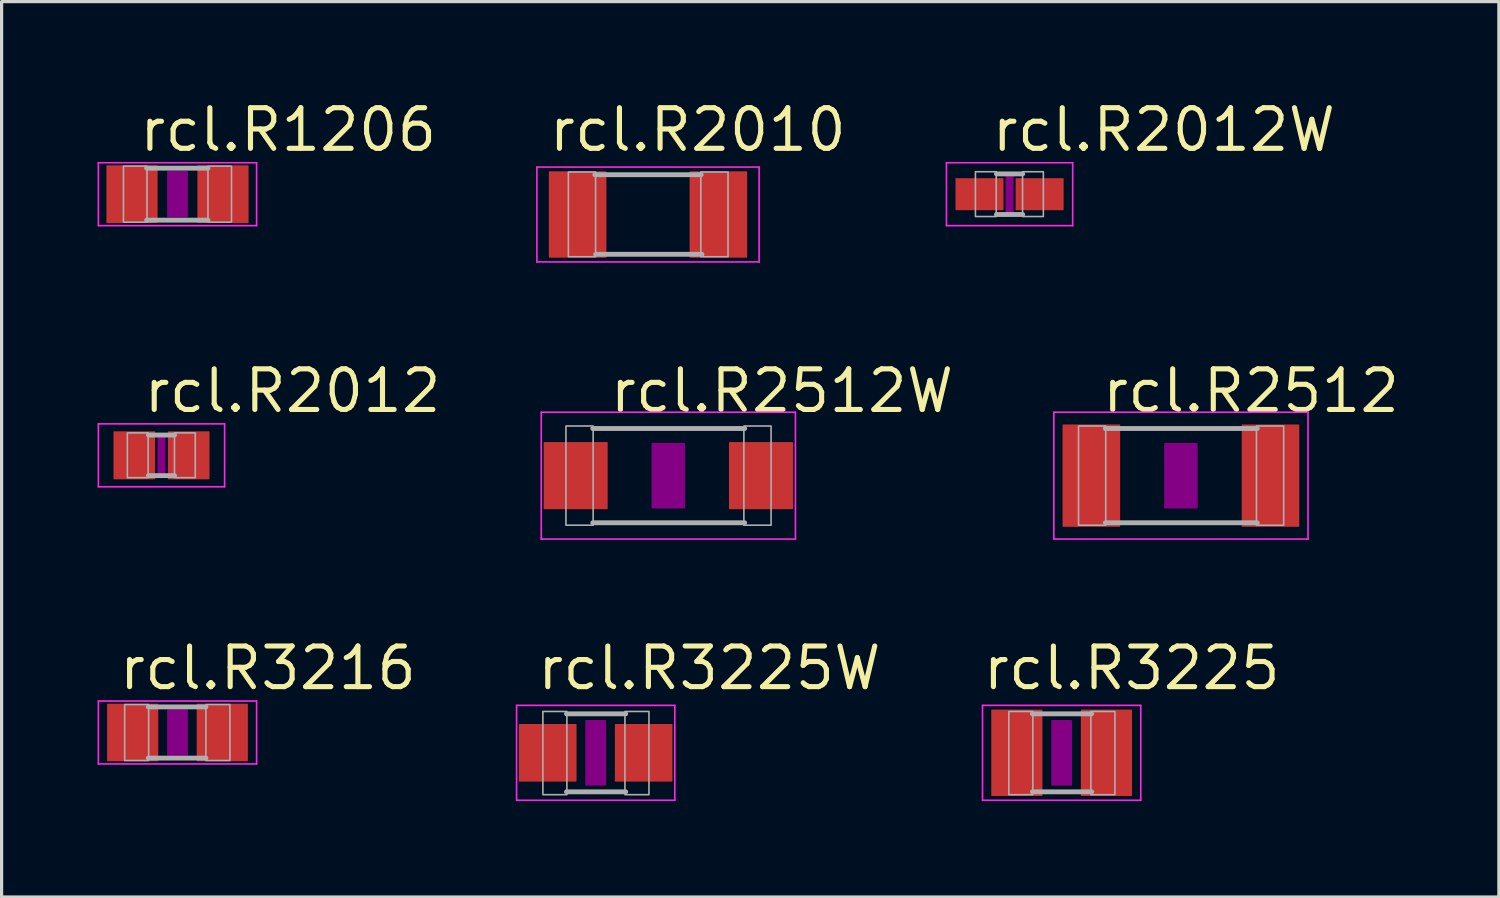
<source format=kicad_pcb>
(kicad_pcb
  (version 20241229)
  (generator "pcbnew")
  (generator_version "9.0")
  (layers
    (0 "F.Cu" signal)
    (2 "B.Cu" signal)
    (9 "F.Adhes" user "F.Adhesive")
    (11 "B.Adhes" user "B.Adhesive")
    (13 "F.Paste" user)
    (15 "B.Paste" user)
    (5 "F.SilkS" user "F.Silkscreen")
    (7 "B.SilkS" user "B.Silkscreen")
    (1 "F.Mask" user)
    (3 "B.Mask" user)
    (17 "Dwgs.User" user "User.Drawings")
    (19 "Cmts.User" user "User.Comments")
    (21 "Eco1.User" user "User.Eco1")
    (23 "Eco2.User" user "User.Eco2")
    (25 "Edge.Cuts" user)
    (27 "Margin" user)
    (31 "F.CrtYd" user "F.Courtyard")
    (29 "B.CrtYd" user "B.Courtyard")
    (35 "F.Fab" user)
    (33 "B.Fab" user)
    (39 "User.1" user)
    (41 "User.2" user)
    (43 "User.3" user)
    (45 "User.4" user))
  (footprint "rcl.R1206"
    (layer "F.Cu")
    (at 2.498 3.02)
    (property "Reference" "rcl.R1206" (at -1.27 -1.27 0) (layer "F.SilkS") (effects (font (size 1.27 1.27) (thickness 0.16)) (justify left bottom)))
    (attr smd)
    (fp_rect (start -0.3 0.7) (end 0.3 -0.7) (stroke (width 0.05) (type default)) (fill yes) (layer "F.Adhes"))
    (fp_line (start -2.473 -0.983) (end 2.473 -0.983) (stroke (width 0.051) (type default)) (layer "F.CrtYd"))
    (fp_line (start -2.473 0.983) (end -2.473 -0.983) (stroke (width 0.051) (type default)) (layer "F.CrtYd"))
    (fp_line (start 2.473 -0.983) (end 2.473 0.983) (stroke (width 0.051) (type default)) (layer "F.CrtYd"))
    (fp_line (start 2.473 0.983) (end -2.473 0.983) (stroke (width 0.051) (type default)) (layer "F.CrtYd"))
    (fp_line (start 0.953 -0.813) (end -0.965 -0.813) (stroke (width 0.152) (type default)) (layer "F.Fab"))
    (fp_line (start 0.953 0.813) (end -0.965 0.813) (stroke (width 0.152) (type default)) (layer "F.Fab"))
    (fp_rect (start -1.689 0.876) (end -0.953 -0.876) (stroke (width 0.05) (type default)) (fill no) (layer "F.Fab"))
    (fp_rect (start 0.953 0.876) (end 1.689 -0.876) (stroke (width 0.05) (type default)) (fill no) (layer "F.Fab"))
    (pad "1" smd roundrect (at -1.422 0) (size 1.6 1.803) (layers "F.Cu" "F.Mask" "F.Paste") (roundrect_rratio 0.01))
    (pad "2" smd roundrect (at 1.422 0) (size 1.6 1.803) (layers "F.Cu" "F.Mask" "F.Paste") (roundrect_rratio 0.01)))
  (footprint "rcl.R2512"
    (layer "F.Cu")
    (at 33.864 11.818)
    (property "Reference" "rcl.R2512" (at -2.54 -1.905 0) (layer "F.SilkS") (effects (font (size 1.27 1.27) (thickness 0.16)) (justify left bottom)))
    (attr smd)
    (fp_rect (start -0.5 1) (end 0.5 -1) (stroke (width 0.05) (type default)) (fill yes) (layer "F.Adhes"))
    (fp_line (start -3.973 -1.983) (end 3.973 -1.983) (stroke (width 0.051) (type default)) (layer "F.CrtYd"))
    (fp_line (start -3.973 1.983) (end -3.973 -1.983) (stroke (width 0.051) (type default)) (layer "F.CrtYd"))
    (fp_line (start 3.973 -1.983) (end 3.973 1.983) (stroke (width 0.051) (type default)) (layer "F.CrtYd"))
    (fp_line (start 3.973 1.983) (end -3.973 1.983) (stroke (width 0.051) (type default)) (layer "F.CrtYd"))
    (fp_line (start -2.362 -1.473) (end 2.387 -1.473) (stroke (width 0.152) (type default)) (layer "F.Fab"))
    (fp_line (start -2.362 1.473) (end 2.387 1.473) (stroke (width 0.152) (type default)) (layer "F.Fab"))
    (fp_rect (start -3.2 1.549) (end -2.35 -1.551) (stroke (width 0.05) (type default)) (fill no) (layer "F.Fab"))
    (fp_rect (start 2.362 1.549) (end 3.212 -1.551) (stroke (width 0.05) (type default)) (fill no) (layer "F.Fab"))
    (pad "1" smd roundrect (at -2.8 0) (size 1.8 3.2) (layers "F.Cu" "F.Mask" "F.Paste") (roundrect_rratio 0.01))
    (pad "2" smd roundrect (at 2.8 0) (size 1.8 3.2) (layers "F.Cu" "F.Mask" "F.Paste") (roundrect_rratio 0.01)))
  (footprint "rcl.R3216"
    (layer "F.Cu")
    (at 2.498 19.847)
    (property "Reference" "rcl.R3216" (at -1.905 -1.27 0) (layer "F.SilkS") (effects (font (size 1.27 1.27) (thickness 0.16)) (justify left bottom)))
    (attr smd)
    (fp_rect (start -0.3 0.7) (end 0.3 -0.7) (stroke (width 0.05) (type default)) (fill yes) (layer "F.Adhes"))
    (fp_line (start -2.473 -0.983) (end 2.473 -0.983) (stroke (width 0.051) (type default)) (layer "F.CrtYd"))
    (fp_line (start -2.473 0.983) (end -2.473 -0.983) (stroke (width 0.051) (type default)) (layer "F.CrtYd"))
    (fp_line (start 2.473 -0.983) (end 2.473 0.983) (stroke (width 0.051) (type default)) (layer "F.CrtYd"))
    (fp_line (start 2.473 0.983) (end -2.473 0.983) (stroke (width 0.051) (type default)) (layer "F.CrtYd"))
    (fp_line (start -0.913 -0.8) (end 0.888 -0.8) (stroke (width 0.152) (type default)) (layer "F.Fab"))
    (fp_line (start -0.913 0.8) (end 0.888 0.8) (stroke (width 0.152) (type default)) (layer "F.Fab"))
    (fp_rect (start -1.651 0.876) (end -0.901 -0.874) (stroke (width 0.05) (type default)) (fill no) (layer "F.Fab"))
    (fp_rect (start 0.889 0.876) (end 1.639 -0.874) (stroke (width 0.05) (type default)) (fill no) (layer "F.Fab"))
    (pad "1" smd roundrect (at -1.4 0) (size 1.6 1.8) (layers "F.Cu" "F.Mask" "F.Paste") (roundrect_rratio 0.01))
    (pad "2" smd roundrect (at 1.4 0) (size 1.6 1.8) (layers "F.Cu" "F.Mask" "F.Paste") (roundrect_rratio 0.01)))
  (footprint "rcl.R3225"
    (layer "F.Cu")
    (at 30.136 20.482)
    (property "Reference" "rcl.R3225" (at -2.54 -1.905 0) (layer "F.SilkS") (effects (font (size 1.27 1.27) (thickness 0.16)) (justify left bottom)))
    (attr smd)
    (fp_rect (start -0.3 1) (end 0.3 -1) (stroke (width 0.05) (type default)) (fill yes) (layer "F.Adhes"))
    (fp_line (start -2.473 -1.483) (end 2.473 -1.483) (stroke (width 0.051) (type default)) (layer "F.CrtYd"))
    (fp_line (start -2.473 1.483) (end -2.473 -1.483) (stroke (width 0.051) (type default)) (layer "F.CrtYd"))
    (fp_line (start 2.473 -1.483) (end 2.473 1.483) (stroke (width 0.051) (type default)) (layer "F.CrtYd"))
    (fp_line (start 2.473 1.483) (end -2.473 1.483) (stroke (width 0.051) (type default)) (layer "F.CrtYd"))
    (fp_line (start -0.913 -1.219) (end 0.939 -1.219) (stroke (width 0.152) (type default)) (layer "F.Fab"))
    (fp_line (start -0.913 1.219) (end 0.939 1.219) (stroke (width 0.152) (type default)) (layer "F.Fab"))
    (fp_rect (start -1.651 1.308) (end -0.901 -1.292) (stroke (width 0.05) (type default)) (fill no) (layer "F.Fab"))
    (fp_rect (start 0.914 1.308) (end 1.665 -1.292) (stroke (width 0.05) (type default)) (fill no) (layer "F.Fab"))
    (pad "1" smd roundrect (at -1.4 0) (size 1.6 2.7) (layers "F.Cu" "F.Mask" "F.Paste") (roundrect_rratio 0.01))
    (pad "2" smd roundrect (at 1.4 0) (size 1.6 2.7) (layers "F.Cu" "F.Mask" "F.Paste") (roundrect_rratio 0.01)))
  (footprint "rcl.R2012"
    (layer "F.Cu")
    (at 1.998 11.183)
    (property "Reference" "rcl.R2012" (at -0.635 -1.27 0) (layer "F.SilkS") (effects (font (size 1.27 1.27) (thickness 0.16)) (justify left bottom)))
    (attr smd)
    (fp_rect (start -0.1 0.6) (end 0.1 -0.6) (stroke (width 0.05) (type default)) (fill yes) (layer "F.Adhes"))
    (fp_line (start -1.973 -0.983) (end 1.973 -0.983) (stroke (width 0.051) (type default)) (layer "F.CrtYd"))
    (fp_line (start -1.973 0.983) (end -1.973 -0.983) (stroke (width 0.051) (type default)) (layer "F.CrtYd"))
    (fp_line (start 1.973 -0.983) (end 1.973 0.983) (stroke (width 0.051) (type default)) (layer "F.CrtYd"))
    (fp_line (start 1.973 0.983) (end -1.973 0.983) (stroke (width 0.051) (type default)) (layer "F.CrtYd"))
    (fp_line (start -0.41 -0.635) (end 0.41 -0.635) (stroke (width 0.152) (type default)) (layer "F.Fab"))
    (fp_line (start -0.41 0.635) (end 0.41 0.635) (stroke (width 0.152) (type default)) (layer "F.Fab"))
    (fp_rect (start -1.067 0.699) (end -0.417 -0.702) (stroke (width 0.05) (type default)) (fill no) (layer "F.Fab"))
    (fp_rect (start 0.406 0.699) (end 1.056 -0.702) (stroke (width 0.05) (type default)) (fill no) (layer "F.Fab"))
    (pad "1" smd roundrect (at -0.85 0) (size 1.3 1.5) (layers "F.Cu" "F.Mask" "F.Paste") (roundrect_rratio 0.01))
    (pad "2" smd roundrect (at 0.85 0) (size 1.3 1.5) (layers "F.Cu" "F.Mask" "F.Paste") (roundrect_rratio 0.01)))
  (footprint "rcl.R2010"
    (layer "F.Cu")
    (at 17.206 3.655)
    (property "Reference" "rcl.R2010" (at -3.175 -1.905 0) (layer "F.SilkS") (effects (font (size 1.27 1.27) (thickness 0.16)) (justify left bottom)))
    (attr smd)
    (fp_line (start -3.473 -1.483) (end 3.473 -1.483) (stroke (width 0.051) (type default)) (layer "F.CrtYd"))
    (fp_line (start -3.473 1.483) (end -3.473 -1.483) (stroke (width 0.051) (type default)) (layer "F.CrtYd"))
    (fp_line (start 3.473 -1.483) (end 3.473 1.483) (stroke (width 0.051) (type default)) (layer "F.CrtYd"))
    (fp_line (start 3.473 1.483) (end -3.473 1.483) (stroke (width 0.051) (type default)) (layer "F.CrtYd"))
    (fp_line (start -1.662 -1.245) (end 1.662 -1.245) (stroke (width 0.152) (type default)) (layer "F.Fab"))
    (fp_line (start -1.637 1.245) (end 1.687 1.245) (stroke (width 0.152) (type default)) (layer "F.Fab"))
    (fp_rect (start -2.489 1.321) (end -1.639 -1.329) (stroke (width 0.05) (type default)) (fill no) (layer "F.Fab"))
    (fp_rect (start 1.651 1.321) (end 2.501 -1.329) (stroke (width 0.05) (type default)) (fill no) (layer "F.Fab"))
    (pad "1" smd roundrect (at -2.2 0) (size 1.8 2.7) (layers "F.Cu" "F.Mask" "F.Paste") (roundrect_rratio 0.01))
    (pad "2" smd roundrect (at 2.2 0) (size 1.8 2.7) (layers "F.Cu" "F.Mask" "F.Paste") (roundrect_rratio 0.01)))
  (footprint "rcl.R2512W"
    (layer "F.Cu")
    (at 17.841 11.818)
    (property "Reference" "rcl.R2512W" (at -1.905 -1.905 0) (layer "F.SilkS") (effects (font (size 1.27 1.27) (thickness 0.16)) (justify left bottom)))
    (attr smd)
    (fp_rect (start -0.5 1) (end 0.5 -1) (stroke (width 0.05) (type default)) (fill yes) (layer "F.Adhes"))
    (fp_line (start -3.973 -1.983) (end 3.973 -1.983) (stroke (width 0.051) (type default)) (layer "F.CrtYd"))
    (fp_line (start -3.973 1.983) (end -3.973 -1.983) (stroke (width 0.051) (type default)) (layer "F.CrtYd"))
    (fp_line (start 3.973 -1.983) (end 3.973 1.983) (stroke (width 0.051) (type default)) (layer "F.CrtYd"))
    (fp_line (start 3.973 1.983) (end -3.973 1.983) (stroke (width 0.051) (type default)) (layer "F.CrtYd"))
    (fp_line (start -2.362 -1.473) (end 2.387 -1.473) (stroke (width 0.152) (type default)) (layer "F.Fab"))
    (fp_line (start -2.362 1.473) (end 2.387 1.473) (stroke (width 0.152) (type default)) (layer "F.Fab"))
    (fp_rect (start -3.2 1.549) (end -2.35 -1.551) (stroke (width 0.05) (type default)) (fill no) (layer "F.Fab"))
    (fp_rect (start 2.362 1.549) (end 3.212 -1.551) (stroke (width 0.05) (type default)) (fill no) (layer "F.Fab"))
    (pad "1" smd roundrect (at -2.896 0) (size 2 2.1) (layers "F.Cu" "F.Mask" "F.Paste") (roundrect_rratio 0.01))
    (pad "2" smd roundrect (at 2.896 0) (size 2 2.1) (layers "F.Cu" "F.Mask" "F.Paste") (roundrect_rratio 0.01)))
  (footprint "rcl.R3225W"
    (layer "F.Cu")
    (at 15.571 20.482)
    (property "Reference" "rcl.R3225W" (at -1.905 -1.905 0) (layer "F.SilkS") (effects (font (size 1.27 1.27) (thickness 0.16)) (justify left bottom)))
    (attr smd)
    (fp_rect (start -0.3 1) (end 0.3 -1) (stroke (width 0.05) (type default)) (fill yes) (layer "F.Adhes"))
    (fp_line (start -2.473 -1.483) (end 2.473 -1.483) (stroke (width 0.051) (type default)) (layer "F.CrtYd"))
    (fp_line (start -2.473 1.483) (end -2.473 -1.483) (stroke (width 0.051) (type default)) (layer "F.CrtYd"))
    (fp_line (start 2.473 -1.483) (end 2.473 1.483) (stroke (width 0.051) (type default)) (layer "F.CrtYd"))
    (fp_line (start 2.473 1.483) (end -2.473 1.483) (stroke (width 0.051) (type default)) (layer "F.CrtYd"))
    (fp_line (start -0.913 -1.219) (end 0.939 -1.219) (stroke (width 0.152) (type default)) (layer "F.Fab"))
    (fp_line (start -0.913 1.219) (end 0.939 1.219) (stroke (width 0.152) (type default)) (layer "F.Fab"))
    (fp_rect (start -1.651 1.308) (end -0.901 -1.292) (stroke (width 0.05) (type default)) (fill no) (layer "F.Fab"))
    (fp_rect (start 0.914 1.308) (end 1.665 -1.292) (stroke (width 0.05) (type default)) (fill no) (layer "F.Fab"))
    (pad "1" smd roundrect (at -1.499 0) (size 1.8 1.8) (layers "F.Cu" "F.Mask" "F.Paste") (roundrect_rratio 0.01))
    (pad "2" smd roundrect (at 1.499 0) (size 1.8 1.8) (layers "F.Cu" "F.Mask" "F.Paste") (roundrect_rratio 0.01)))
  (footprint "rcl.R2012W"
    (layer "F.Cu")
    (at 28.508 3.02)
    (property "Reference" "rcl.R2012W" (at -0.635 -1.27 0) (layer "F.SilkS") (effects (font (size 1.27 1.27) (thickness 0.16)) (justify left bottom)))
    (attr smd)
    (fp_rect (start -0.1 0.6) (end 0.1 -0.6) (stroke (width 0.05) (type default)) (fill yes) (layer "F.Adhes"))
    (fp_line (start -1.973 -0.983) (end 1.973 -0.983) (stroke (width 0.051) (type default)) (layer "F.CrtYd"))
    (fp_line (start -1.973 0.983) (end -1.973 -0.983) (stroke (width 0.051) (type default)) (layer "F.CrtYd"))
    (fp_line (start 1.973 -0.983) (end 1.973 0.983) (stroke (width 0.051) (type default)) (layer "F.CrtYd"))
    (fp_line (start 1.973 0.983) (end -1.973 0.983) (stroke (width 0.051) (type default)) (layer "F.CrtYd"))
    (fp_line (start -0.41 -0.635) (end 0.41 -0.635) (stroke (width 0.152) (type default)) (layer "F.Fab"))
    (fp_line (start -0.41 0.635) (end 0.41 0.635) (stroke (width 0.152) (type default)) (layer "F.Fab"))
    (fp_rect (start -1.067 0.699) (end -0.417 -0.702) (stroke (width 0.05) (type default)) (fill no) (layer "F.Fab"))
    (fp_rect (start 0.406 0.699) (end 1.056 -0.702) (stroke (width 0.05) (type default)) (fill no) (layer "F.Fab"))
    (pad "1" smd roundrect (at -0.94 0) (size 1.5 1) (layers "F.Cu" "F.Mask" "F.Paste") (roundrect_rratio 0.01))
    (pad "2" smd roundrect (at 0.94 0) (size 1.5 1) (layers "F.Cu" "F.Mask" "F.Paste") (roundrect_rratio 0.01)))
  (gr_rect
    (start -3 -3)
    (end 43.803 24.99)
    (stroke (width 0.1) (type default))
    (fill no)
    (layer "Edge.Cuts")))
</source>
